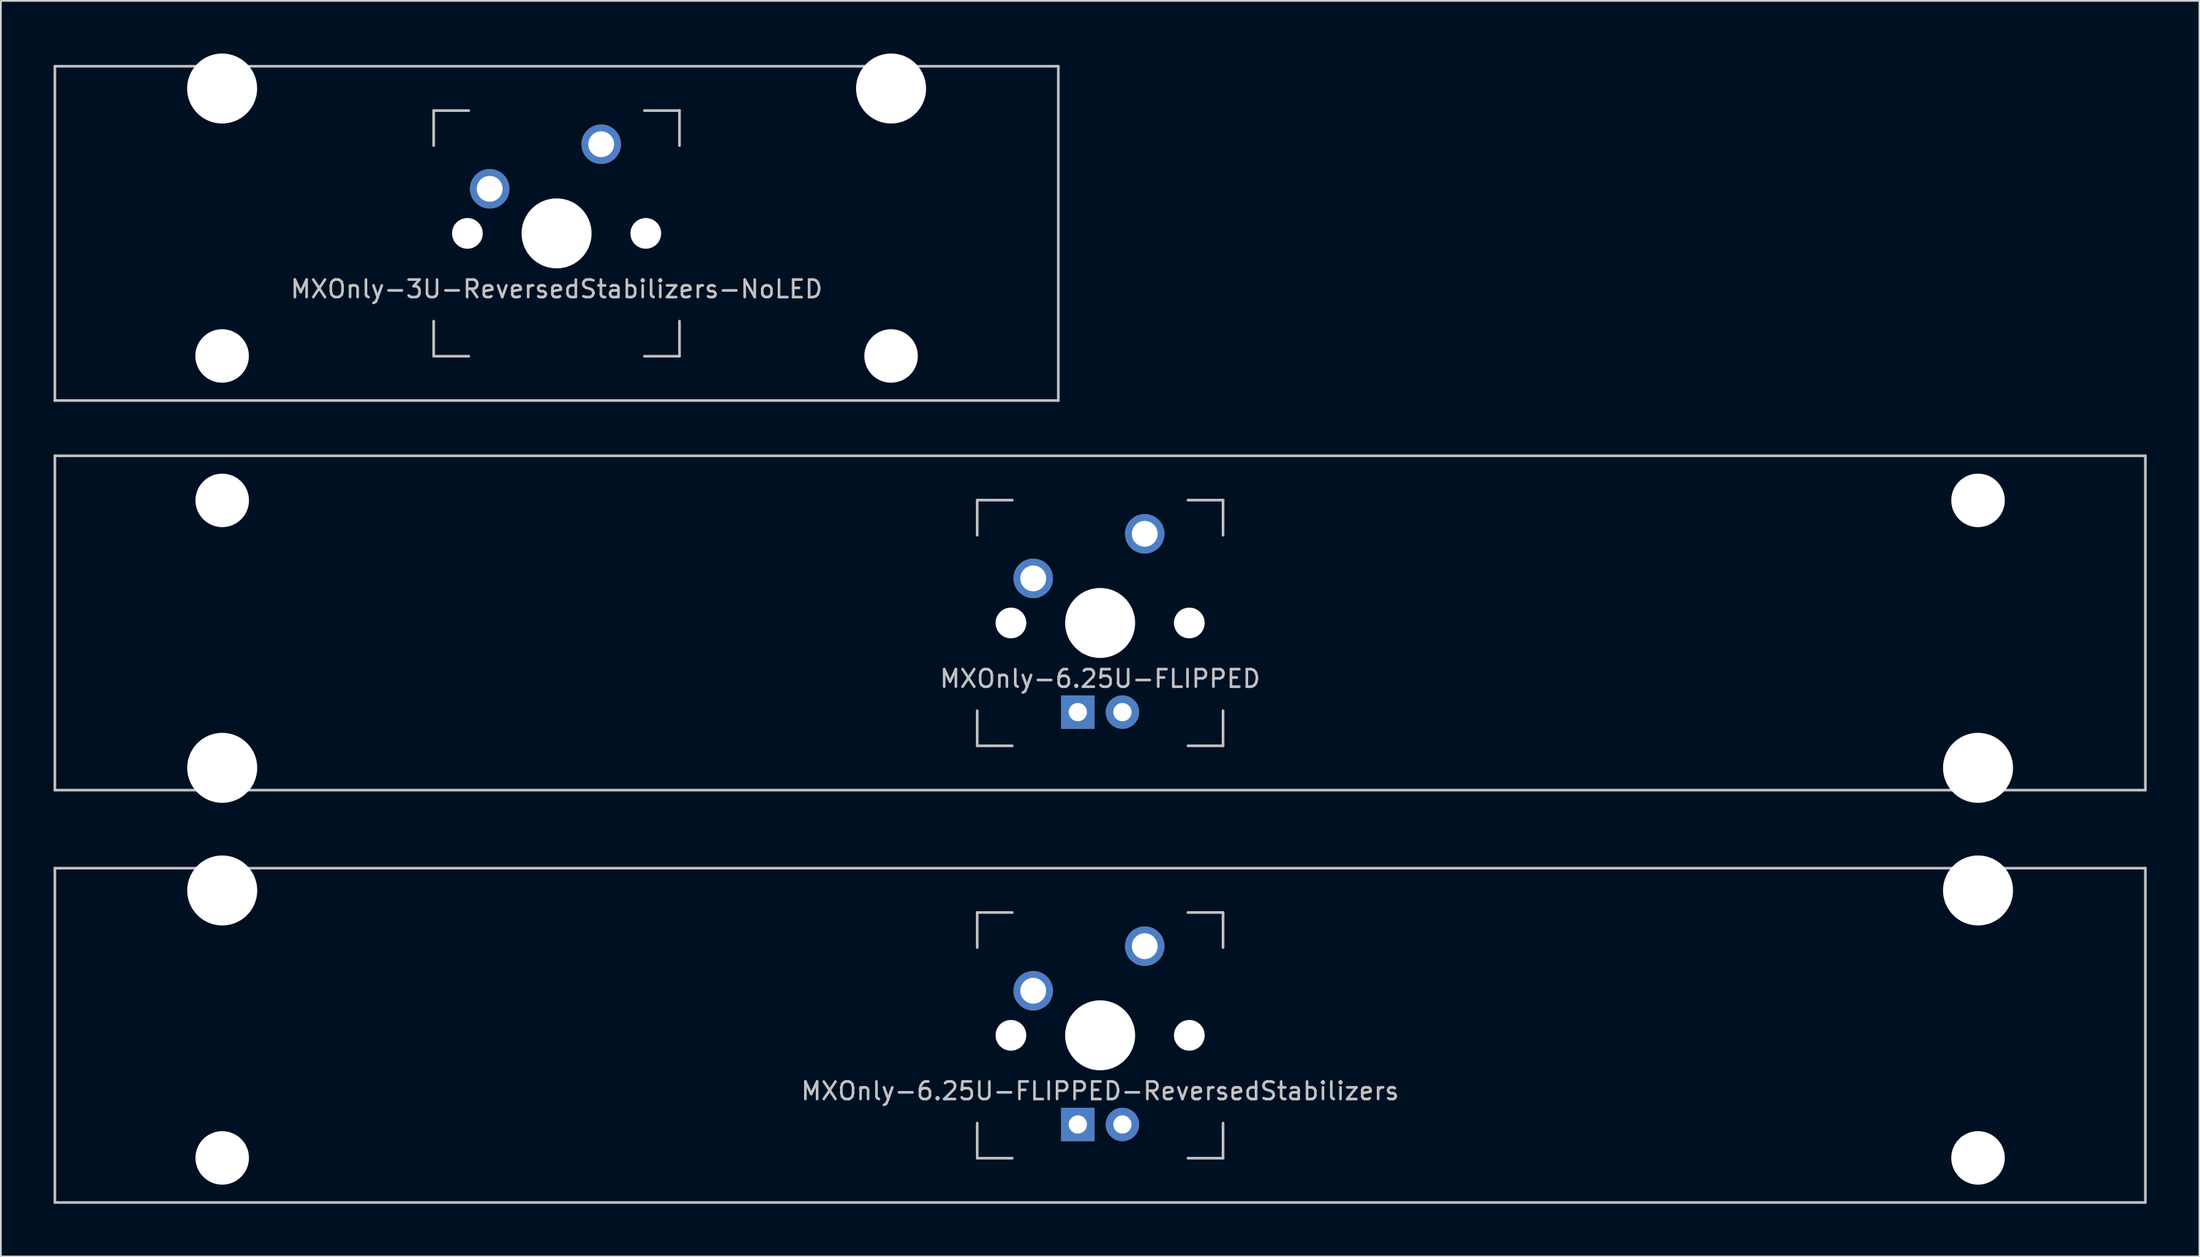
<source format=kicad_pcb>
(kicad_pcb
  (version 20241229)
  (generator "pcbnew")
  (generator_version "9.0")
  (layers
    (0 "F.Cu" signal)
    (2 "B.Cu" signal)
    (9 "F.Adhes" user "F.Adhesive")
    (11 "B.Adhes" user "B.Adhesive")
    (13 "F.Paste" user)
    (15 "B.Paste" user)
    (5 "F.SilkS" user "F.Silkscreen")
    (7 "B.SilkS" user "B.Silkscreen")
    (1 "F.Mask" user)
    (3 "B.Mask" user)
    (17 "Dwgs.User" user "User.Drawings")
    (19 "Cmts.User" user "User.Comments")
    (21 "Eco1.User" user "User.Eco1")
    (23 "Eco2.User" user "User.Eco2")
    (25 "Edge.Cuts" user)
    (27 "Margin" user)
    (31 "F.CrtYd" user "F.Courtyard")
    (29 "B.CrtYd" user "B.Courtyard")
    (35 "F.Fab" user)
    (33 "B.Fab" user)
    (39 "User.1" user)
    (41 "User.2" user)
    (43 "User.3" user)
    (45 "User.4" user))
  (footprint "MXOnly-6.25U-FLIPPED"
    (layer "F.Cu")
    (at 59.606 32.449)
    (property "Reference" "MXOnly-6.25U-FLIPPED" (at 0 3.175 0) (layer "Dwgs.User") (effects (font (size 1 1) (thickness 0.15))))
    (attr through_hole)
    (fp_line (start -59.531 -9.525) (end 59.531 -9.525) (stroke (width 0.15) (type solid)) (layer "Dwgs.User"))
    (fp_line (start -59.531 9.525) (end -59.531 -9.525) (stroke (width 0.15) (type solid)) (layer "Dwgs.User"))
    (fp_line (start -59.531 9.525) (end 59.531 9.525) (stroke (width 0.15) (type solid)) (layer "Dwgs.User"))
    (fp_line (start -7 -7) (end -7 -5) (stroke (width 0.15) (type solid)) (layer "Dwgs.User"))
    (fp_line (start -7 5) (end -7 7) (stroke (width 0.15) (type solid)) (layer "Dwgs.User"))
    (fp_line (start -7 7) (end -5 7) (stroke (width 0.15) (type solid)) (layer "Dwgs.User"))
    (fp_line (start -5 -7) (end -7 -7) (stroke (width 0.15) (type solid)) (layer "Dwgs.User"))
    (fp_line (start 5 -7) (end 7 -7) (stroke (width 0.15) (type solid)) (layer "Dwgs.User"))
    (fp_line (start 5 7) (end 7 7) (stroke (width 0.15) (type solid)) (layer "Dwgs.User"))
    (fp_line (start 7 -7) (end 7 -5) (stroke (width 0.15) (type solid)) (layer "Dwgs.User"))
    (fp_line (start 7 7) (end 7 5) (stroke (width 0.15) (type solid)) (layer "Dwgs.User"))
    (fp_line (start 59.531 -9.525) (end 59.531 9.525) (stroke (width 0.15) (type solid)) (layer "Dwgs.User"))
    (pad "" np_thru_hole circle (at -50 -6.985) (size 3.048 3.048) (drill 3.048) (layers "*.Cu" "*.Mask"))
    (pad "" np_thru_hole circle (at -50 8.255) (size 3.988 3.988) (drill 3.988) (layers "*.Cu" "*.Mask"))
    (pad "" np_thru_hole circle (at -5.08 0 48.1) (size 1.75 1.75) (drill 1.75) (layers "*.Cu" "*.Mask"))
    (pad "" np_thru_hole circle (at 0 0) (size 3.988 3.988) (drill 3.988) (layers "*.Cu" "*.Mask"))
    (pad "" np_thru_hole circle (at 5.08 0 48.1) (size 1.75 1.75) (drill 1.75) (layers "*.Cu" "*.Mask"))
    (pad "" np_thru_hole circle (at 50 -6.985) (size 3.048 3.048) (drill 3.048) (layers "*.Cu" "*.Mask"))
    (pad "" np_thru_hole circle (at 50 8.255) (size 3.988 3.988) (drill 3.988) (layers "*.Cu" "*.Mask"))
    (pad "1" thru_hole circle (at -3.81 -2.54) (size 2.25 2.25) (drill 1.47) (layers "*.Cu" "B.Mask"))
    (pad "2" thru_hole circle (at 2.54 -5.08) (size 2.25 2.25) (drill 1.47) (layers "*.Cu" "B.Mask"))
    (pad "3" thru_hole circle (at 1.27 5.08) (size 1.905 1.905) (drill 1.04) (layers "*.Cu" "B.Mask"))
    (pad "4" thru_hole rect (at -1.27 5.08) (size 1.905 1.905) (drill 1.04) (layers "*.Cu" "B.Mask")))
  (footprint "MXOnly-3U-ReversedStabilizers-NoLED"
    (layer "F.Cu")
    (at 28.65 10.249)
    (property "Reference" "MXOnly-3U-ReversedStabilizers-NoLED" (at 0 3.175 0) (layer "Dwgs.User") (effects (font (size 1 1) (thickness 0.15))))
    (attr through_hole)
    (fp_line (start -28.575 -9.525) (end 28.575 -9.525) (stroke (width 0.15) (type solid)) (layer "Dwgs.User"))
    (fp_line (start -28.575 9.525) (end -28.575 -9.525) (stroke (width 0.15) (type solid)) (layer "Dwgs.User"))
    (fp_line (start -28.575 9.525) (end 28.575 9.525) (stroke (width 0.15) (type solid)) (layer "Dwgs.User"))
    (fp_line (start -7 -7) (end -7 -5) (stroke (width 0.15) (type solid)) (layer "Dwgs.User"))
    (fp_line (start -7 5) (end -7 7) (stroke (width 0.15) (type solid)) (layer "Dwgs.User"))
    (fp_line (start -7 7) (end -5 7) (stroke (width 0.15) (type solid)) (layer "Dwgs.User"))
    (fp_line (start -5 -7) (end -7 -7) (stroke (width 0.15) (type solid)) (layer "Dwgs.User"))
    (fp_line (start 5 -7) (end 7 -7) (stroke (width 0.15) (type solid)) (layer "Dwgs.User"))
    (fp_line (start 5 7) (end 7 7) (stroke (width 0.15) (type solid)) (layer "Dwgs.User"))
    (fp_line (start 7 -7) (end 7 -5) (stroke (width 0.15) (type solid)) (layer "Dwgs.User"))
    (fp_line (start 7 7) (end 7 5) (stroke (width 0.15) (type solid)) (layer "Dwgs.User"))
    (fp_line (start 28.575 -9.525) (end 28.575 9.525) (stroke (width 0.15) (type solid)) (layer "Dwgs.User"))
    (pad "" np_thru_hole circle (at -19.05 -8.255) (size 3.988 3.988) (drill 3.988) (layers "*.Cu" "*.Mask"))
    (pad "" np_thru_hole circle (at -19.05 6.985) (size 3.048 3.048) (drill 3.048) (layers "*.Cu" "*.Mask"))
    (pad "" np_thru_hole circle (at -5.08 0 48.1) (size 1.75 1.75) (drill 1.75) (layers "*.Cu" "*.Mask"))
    (pad "" np_thru_hole circle (at 0 0) (size 3.988 3.988) (drill 3.988) (layers "*.Cu" "*.Mask"))
    (pad "" np_thru_hole circle (at 5.08 0 48.1) (size 1.75 1.75) (drill 1.75) (layers "*.Cu" "*.Mask"))
    (pad "" np_thru_hole circle (at 19.05 -8.255) (size 3.988 3.988) (drill 3.988) (layers "*.Cu" "*.Mask"))
    (pad "" np_thru_hole circle (at 19.05 6.985) (size 3.048 3.048) (drill 3.048) (layers "*.Cu" "*.Mask"))
    (pad "1" thru_hole circle (at -3.81 -2.54 48.1) (size 2.25 2.25) (drill 1.47) (layers "*.Cu" "B.Mask"))
    (pad "2" thru_hole circle (at 2.54 -5.08) (size 2.25 2.25) (drill 1.47) (layers "*.Cu" "B.Mask")))
  (footprint "MXOnly-6.25U-FLIPPED-ReversedStabilizers"
    (layer "F.Cu")
    (at 59.606 55.947)
    (property "Reference" "MXOnly-6.25U-FLIPPED-ReversedStabilizers" (at 0 3.175 0) (layer "Dwgs.User") (effects (font (size 1 1) (thickness 0.15))))
    (attr through_hole)
    (fp_line (start -59.531 -9.525) (end 59.531 -9.525) (stroke (width 0.15) (type solid)) (layer "Dwgs.User"))
    (fp_line (start -59.531 9.525) (end -59.531 -9.525) (stroke (width 0.15) (type solid)) (layer "Dwgs.User"))
    (fp_line (start -59.531 9.525) (end 59.531 9.525) (stroke (width 0.15) (type solid)) (layer "Dwgs.User"))
    (fp_line (start -7 -7) (end -7 -5) (stroke (width 0.15) (type solid)) (layer "Dwgs.User"))
    (fp_line (start -7 5) (end -7 7) (stroke (width 0.15) (type solid)) (layer "Dwgs.User"))
    (fp_line (start -7 7) (end -5 7) (stroke (width 0.15) (type solid)) (layer "Dwgs.User"))
    (fp_line (start -5 -7) (end -7 -7) (stroke (width 0.15) (type solid)) (layer "Dwgs.User"))
    (fp_line (start 5 -7) (end 7 -7) (stroke (width 0.15) (type solid)) (layer "Dwgs.User"))
    (fp_line (start 5 7) (end 7 7) (stroke (width 0.15) (type solid)) (layer "Dwgs.User"))
    (fp_line (start 7 -7) (end 7 -5) (stroke (width 0.15) (type solid)) (layer "Dwgs.User"))
    (fp_line (start 7 7) (end 7 5) (stroke (width 0.15) (type solid)) (layer "Dwgs.User"))
    (fp_line (start 59.531 -9.525) (end 59.531 9.525) (stroke (width 0.15) (type solid)) (layer "Dwgs.User"))
    (pad "" np_thru_hole circle (at -50 -8.255) (size 3.988 3.988) (drill 3.988) (layers "*.Cu" "*.Mask"))
    (pad "" np_thru_hole circle (at -50 6.985) (size 3.048 3.048) (drill 3.048) (layers "*.Cu" "*.Mask"))
    (pad "" np_thru_hole circle (at -5.08 0 48.1) (size 1.75 1.75) (drill 1.75) (layers "*.Cu" "*.Mask"))
    (pad "" np_thru_hole circle (at 0 0) (size 3.988 3.988) (drill 3.988) (layers "*.Cu" "*.Mask"))
    (pad "" np_thru_hole circle (at 5.08 0 48.1) (size 1.75 1.75) (drill 1.75) (layers "*.Cu" "*.Mask"))
    (pad "" np_thru_hole circle (at 50 -8.255) (size 3.988 3.988) (drill 3.988) (layers "*.Cu" "*.Mask"))
    (pad "" np_thru_hole circle (at 50 6.985) (size 3.048 3.048) (drill 3.048) (layers "*.Cu" "*.Mask"))
    (pad "1" thru_hole circle (at -3.81 -2.54) (size 2.25 2.25) (drill 1.47) (layers "*.Cu" "B.Mask"))
    (pad "2" thru_hole circle (at 2.54 -5.08) (size 2.25 2.25) (drill 1.47) (layers "*.Cu" "B.Mask"))
    (pad "3" thru_hole circle (at 1.27 5.08) (size 1.905 1.905) (drill 1.04) (layers "*.Cu" "B.Mask"))
    (pad "4" thru_hole rect (at -1.27 5.08) (size 1.905 1.905) (drill 1.04) (layers "*.Cu" "B.Mask")))
  (gr_rect
    (start -3 -3)
    (end 122.213 68.547)
    (stroke (width 0.1) (type default))
    (fill no)
    (layer "Edge.Cuts")))
</source>
